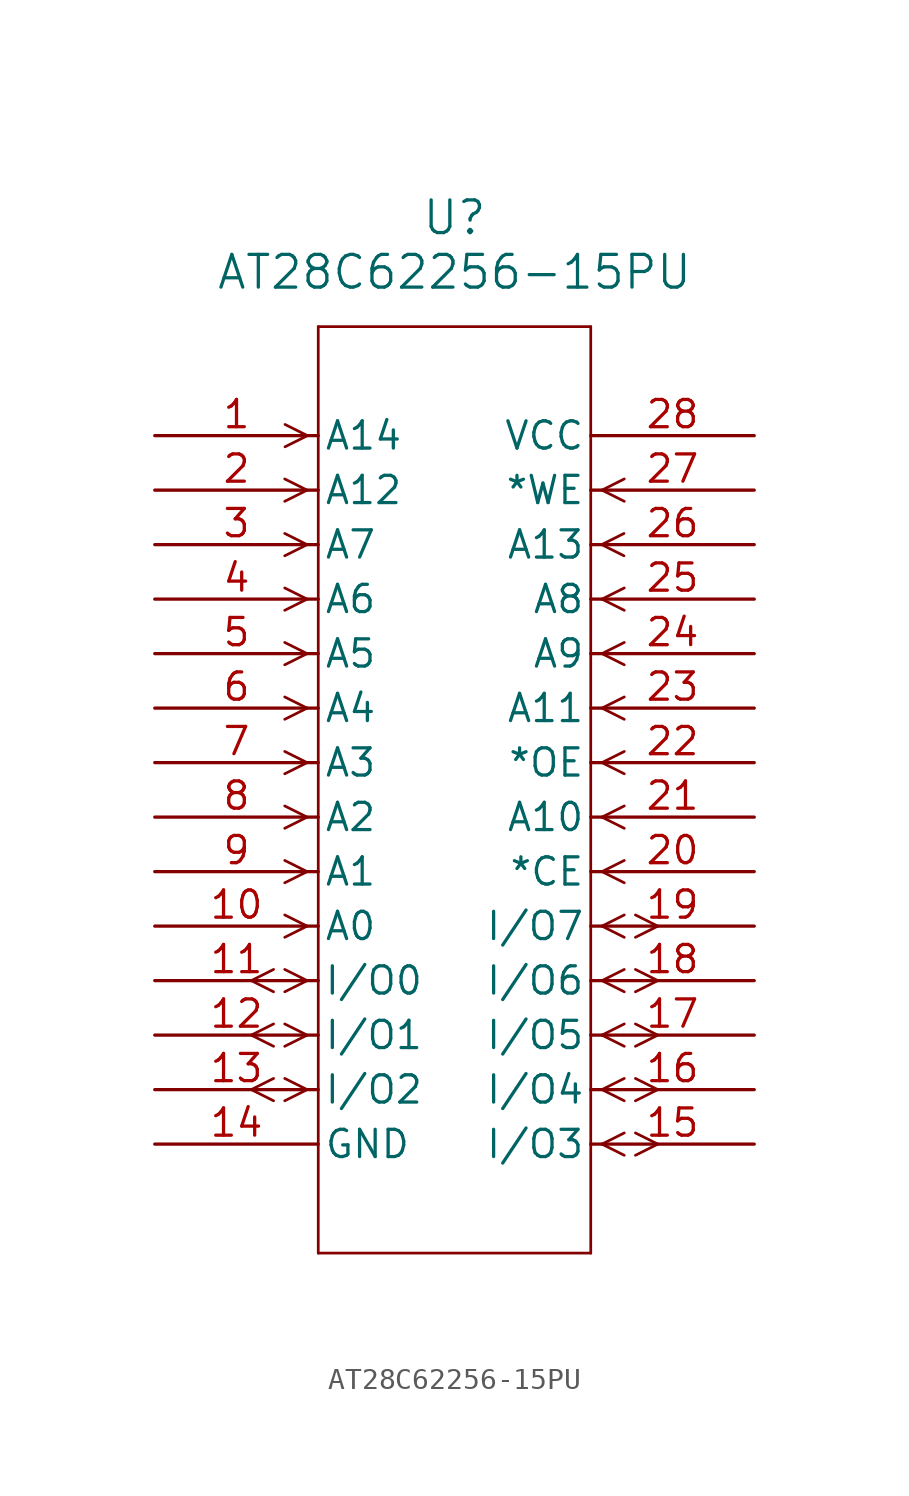
<source format=kicad_sym>
(kicad_symbol_lib
  (version 20231120)
  (generator "kicad_symbol_editor")
  (generator_version "8.0")
  (symbol "AT28C62256-15PU"
    (pin_names
      (offset 0.254))
    (property "Reference" "U"
      (at 20.32 10.16 0)
      (effects (font (size 1.524 1.524))))
    (property "Value" "AT28C62256-15PU"
      (at 20.32 7.62 0)
      (effects (font (size 1.524 1.524))))
    (property "ki_locked" ""
      (at 0 0 0)
      (effects (font (size 1.27 1.27))))
    (symbol "AT28C62256-15PU_1_1"
      (polyline (pts (xy 11.887 -31.001) (xy 10.846 -30.48)) (stroke (width 0.127) (type default)) (fill (type none)))
      (polyline (pts (xy 11.887 -29.959) (xy 10.846 -30.48)) (stroke (width 0.127) (type default)) (fill (type none)))
      (polyline (pts (xy 11.887 -28.461) (xy 10.846 -27.94)) (stroke (width 0.127) (type default)) (fill (type none)))
      (polyline (pts (xy 11.887 -27.419) (xy 10.846 -27.94)) (stroke (width 0.127) (type default)) (fill (type none)))
      (polyline (pts (xy 11.887 -25.921) (xy 10.846 -25.4)) (stroke (width 0.127) (type default)) (fill (type none)))
      (polyline (pts (xy 11.887 -24.879) (xy 10.846 -25.4)) (stroke (width 0.127) (type default)) (fill (type none)))
      (polyline (pts (xy 13.449 -30.48) (xy 12.408 -31.001)) (stroke (width 0.127) (type default)) (fill (type none)))
      (polyline (pts (xy 13.449 -30.48) (xy 12.408 -29.959)) (stroke (width 0.127) (type default)) (fill (type none)))
      (polyline (pts (xy 13.449 -27.94) (xy 12.408 -28.461)) (stroke (width 0.127) (type default)) (fill (type none)))
      (polyline (pts (xy 13.449 -27.94) (xy 12.408 -27.419)) (stroke (width 0.127) (type default)) (fill (type none)))
      (polyline (pts (xy 13.449 -25.4) (xy 12.408 -25.921)) (stroke (width 0.127) (type default)) (fill (type none)))
      (polyline (pts (xy 13.449 -25.4) (xy 12.408 -24.879)) (stroke (width 0.127) (type default)) (fill (type none)))
      (polyline (pts (xy 13.449 -22.86) (xy 12.408 -23.381)) (stroke (width 0.127) (type default)) (fill (type none)))
      (polyline (pts (xy 13.449 -22.86) (xy 12.408 -22.339)) (stroke (width 0.127) (type default)) (fill (type none)))
      (polyline (pts (xy 13.449 -20.32) (xy 12.408 -20.841)) (stroke (width 0.127) (type default)) (fill (type none)))
      (polyline (pts (xy 13.449 -20.32) (xy 12.408 -19.799)) (stroke (width 0.127) (type default)) (fill (type none)))
      (polyline (pts (xy 13.449 -17.78) (xy 12.408 -18.301)) (stroke (width 0.127) (type default)) (fill (type none)))
      (polyline (pts (xy 13.449 -17.78) (xy 12.408 -17.259)) (stroke (width 0.127) (type default)) (fill (type none)))
      (polyline (pts (xy 13.449 -15.24) (xy 12.408 -15.761)) (stroke (width 0.127) (type default)) (fill (type none)))
      (polyline (pts (xy 13.449 -15.24) (xy 12.408 -14.719)) (stroke (width 0.127) (type default)) (fill (type none)))
      (polyline (pts (xy 13.449 -12.7) (xy 12.408 -13.221)) (stroke (width 0.127) (type default)) (fill (type none)))
      (polyline (pts (xy 13.449 -12.7) (xy 12.408 -12.179)) (stroke (width 0.127) (type default)) (fill (type none)))
      (polyline (pts (xy 13.449 -10.16) (xy 12.408 -10.681)) (stroke (width 0.127) (type default)) (fill (type none)))
      (polyline (pts (xy 13.449 -10.16) (xy 12.408 -9.639)) (stroke (width 0.127) (type default)) (fill (type none)))
      (polyline (pts (xy 13.449 -7.62) (xy 12.408 -8.141)) (stroke (width 0.127) (type default)) (fill (type none)))
      (polyline (pts (xy 13.449 -7.62) (xy 12.408 -7.099)) (stroke (width 0.127) (type default)) (fill (type none)))
      (polyline (pts (xy 13.449 -5.08) (xy 12.408 -5.601)) (stroke (width 0.127) (type default)) (fill (type none)))
      (polyline (pts (xy 13.449 -5.08) (xy 12.408 -4.559)) (stroke (width 0.127) (type default)) (fill (type none)))
      (polyline (pts (xy 13.449 -2.54) (xy 12.408 -3.061)) (stroke (width 0.127) (type default)) (fill (type none)))
      (polyline (pts (xy 13.449 -2.54) (xy 12.408 -2.019)) (stroke (width 0.127) (type default)) (fill (type none)))
      (polyline (pts (xy 13.462 0) (xy 12.421 -0.521)) (stroke (width 0.127) (type default)) (fill (type none)))
      (polyline (pts (xy 13.462 0) (xy 12.421 0.521)) (stroke (width 0.127) (type default)) (fill (type none)))
      (polyline (pts (xy 13.97 -38.1) (xy 26.67 -38.1)) (stroke (width 0.127) (type default)) (fill (type none)))
      (polyline (pts (xy 13.97 5.08) (xy 13.97 -38.1)) (stroke (width 0.127) (type default)) (fill (type none)))
      (polyline (pts (xy 26.67 -38.1) (xy 26.67 5.08)) (stroke (width 0.127) (type default)) (fill (type none)))
      (polyline (pts (xy 26.67 5.08) (xy 13.97 5.08)) (stroke (width 0.127) (type default)) (fill (type none)))
      (polyline (pts (xy 27.178 -5.08) (xy 28.219 -5.601)) (stroke (width 0.127) (type default)) (fill (type none)))
      (polyline (pts (xy 27.178 -5.08) (xy 28.219 -4.559)) (stroke (width 0.127) (type default)) (fill (type none)))
      (polyline (pts (xy 27.191 -33.02) (xy 28.232 -33.541)) (stroke (width 0.127) (type default)) (fill (type none)))
      (polyline (pts (xy 27.191 -33.02) (xy 28.232 -32.499)) (stroke (width 0.127) (type default)) (fill (type none)))
      (polyline (pts (xy 27.191 -30.48) (xy 28.232 -31.001)) (stroke (width 0.127) (type default)) (fill (type none)))
      (polyline (pts (xy 27.191 -30.48) (xy 28.232 -29.959)) (stroke (width 0.127) (type default)) (fill (type none)))
      (polyline (pts (xy 27.191 -27.94) (xy 28.232 -28.461)) (stroke (width 0.127) (type default)) (fill (type none)))
      (polyline (pts (xy 27.191 -27.94) (xy 28.232 -27.419)) (stroke (width 0.127) (type default)) (fill (type none)))
      (polyline (pts (xy 27.191 -25.4) (xy 28.232 -25.921)) (stroke (width 0.127) (type default)) (fill (type none)))
      (polyline (pts (xy 27.191 -25.4) (xy 28.232 -24.879)) (stroke (width 0.127) (type default)) (fill (type none)))
      (polyline (pts (xy 27.191 -22.86) (xy 28.232 -23.381)) (stroke (width 0.127) (type default)) (fill (type none)))
      (polyline (pts (xy 27.191 -22.86) (xy 28.232 -22.339)) (stroke (width 0.127) (type default)) (fill (type none)))
      (polyline (pts (xy 27.191 -20.32) (xy 28.232 -20.841)) (stroke (width 0.127) (type default)) (fill (type none)))
      (polyline (pts (xy 27.191 -20.32) (xy 28.232 -19.799)) (stroke (width 0.127) (type default)) (fill (type none)))
      (polyline (pts (xy 27.191 -17.78) (xy 28.232 -18.301)) (stroke (width 0.127) (type default)) (fill (type none)))
      (polyline (pts (xy 27.191 -17.78) (xy 28.232 -17.259)) (stroke (width 0.127) (type default)) (fill (type none)))
      (polyline (pts (xy 27.191 -15.24) (xy 28.232 -15.761)) (stroke (width 0.127) (type default)) (fill (type none)))
      (polyline (pts (xy 27.191 -15.24) (xy 28.232 -14.719)) (stroke (width 0.127) (type default)) (fill (type none)))
      (polyline (pts (xy 27.191 -12.7) (xy 28.232 -13.221)) (stroke (width 0.127) (type default)) (fill (type none)))
      (polyline (pts (xy 27.191 -12.7) (xy 28.232 -12.179)) (stroke (width 0.127) (type default)) (fill (type none)))
      (polyline (pts (xy 27.191 -10.16) (xy 28.232 -10.681)) (stroke (width 0.127) (type default)) (fill (type none)))
      (polyline (pts (xy 27.191 -10.16) (xy 28.232 -9.639)) (stroke (width 0.127) (type default)) (fill (type none)))
      (polyline (pts (xy 27.191 -7.62) (xy 28.232 -8.141)) (stroke (width 0.127) (type default)) (fill (type none)))
      (polyline (pts (xy 27.191 -7.62) (xy 28.232 -7.099)) (stroke (width 0.127) (type default)) (fill (type none)))
      (polyline (pts (xy 27.191 -2.54) (xy 28.232 -3.061)) (stroke (width 0.127) (type default)) (fill (type none)))
      (polyline (pts (xy 27.191 -2.54) (xy 28.232 -2.019)) (stroke (width 0.127) (type default)) (fill (type none)))
      (polyline (pts (xy 28.753 -33.541) (xy 29.794 -33.02)) (stroke (width 0.127) (type default)) (fill (type none)))
      (polyline (pts (xy 28.753 -32.499) (xy 29.794 -33.02)) (stroke (width 0.127) (type default)) (fill (type none)))
      (polyline (pts (xy 28.753 -31.001) (xy 29.794 -30.48)) (stroke (width 0.127) (type default)) (fill (type none)))
      (polyline (pts (xy 28.753 -29.959) (xy 29.794 -30.48)) (stroke (width 0.127) (type default)) (fill (type none)))
      (polyline (pts (xy 28.753 -28.461) (xy 29.794 -27.94)) (stroke (width 0.127) (type default)) (fill (type none)))
      (polyline (pts (xy 28.753 -27.419) (xy 29.794 -27.94)) (stroke (width 0.127) (type default)) (fill (type none)))
      (polyline (pts (xy 28.753 -25.921) (xy 29.794 -25.4)) (stroke (width 0.127) (type default)) (fill (type none)))
      (polyline (pts (xy 28.753 -24.879) (xy 29.794 -25.4)) (stroke (width 0.127) (type default)) (fill (type none)))
      (polyline (pts (xy 28.753 -23.381) (xy 29.794 -22.86)) (stroke (width 0.127) (type default)) (fill (type none)))
      (polyline (pts (xy 28.753 -22.339) (xy 29.794 -22.86)) (stroke (width 0.127) (type default)) (fill (type none)))
      (pin input line (at 6.35 0 0) (length 7.62) (name "A14" (effects (font (size 1.27 1.27)))) (number "1" (effects (font (size 1.27 1.27)))))
      (pin input line (at 6.35 -22.86 0) (length 7.62) (name "A0" (effects (font (size 1.27 1.27)))) (number "10" (effects (font (size 1.27 1.27)))))
      (pin bidirectional line (at 6.35 -25.4 0) (length 7.62) (name "I/O0" (effects (font (size 1.27 1.27)))) (number "11" (effects (font (size 1.27 1.27)))))
      (pin bidirectional line (at 6.35 -27.94 0) (length 7.62) (name "I/O1" (effects (font (size 1.27 1.27)))) (number "12" (effects (font (size 1.27 1.27)))))
      (pin bidirectional line (at 6.35 -30.48 0) (length 7.62) (name "I/O2" (effects (font (size 1.27 1.27)))) (number "13" (effects (font (size 1.27 1.27)))))
      (pin power_in line (at 6.35 -33.02 0) (length 7.62) (name "GND" (effects (font (size 1.27 1.27)))) (number "14" (effects (font (size 1.27 1.27)))))
      (pin bidirectional line (at 34.29 -33.02 180) (length 7.62) (name "I/O3" (effects (font (size 1.27 1.27)))) (number "15" (effects (font (size 1.27 1.27)))))
      (pin bidirectional line (at 34.29 -30.48 180) (length 7.62) (name "I/O4" (effects (font (size 1.27 1.27)))) (number "16" (effects (font (size 1.27 1.27)))))
      (pin bidirectional line (at 34.29 -27.94 180) (length 7.62) (name "I/O5" (effects (font (size 1.27 1.27)))) (number "17" (effects (font (size 1.27 1.27)))))
      (pin bidirectional line (at 34.29 -25.4 180) (length 7.62) (name "I/O6" (effects (font (size 1.27 1.27)))) (number "18" (effects (font (size 1.27 1.27)))))
      (pin bidirectional line (at 34.29 -22.86 180) (length 7.62) (name "I/O7" (effects (font (size 1.27 1.27)))) (number "19" (effects (font (size 1.27 1.27)))))
      (pin input line (at 6.35 -2.54 0) (length 7.62) (name "A12" (effects (font (size 1.27 1.27)))) (number "2" (effects (font (size 1.27 1.27)))))
      (pin input line (at 34.29 -20.32 180) (length 7.62) (name "*CE" (effects (font (size 1.27 1.27)))) (number "20" (effects (font (size 1.27 1.27)))))
      (pin input line (at 34.29 -17.78 180) (length 7.62) (name "A10" (effects (font (size 1.27 1.27)))) (number "21" (effects (font (size 1.27 1.27)))))
      (pin input line (at 34.29 -15.24 180) (length 7.62) (name "*OE" (effects (font (size 1.27 1.27)))) (number "22" (effects (font (size 1.27 1.27)))))
      (pin input line (at 34.29 -12.7 180) (length 7.62) (name "A11" (effects (font (size 1.27 1.27)))) (number "23" (effects (font (size 1.27 1.27)))))
      (pin input line (at 34.29 -10.16 180) (length 7.62) (name "A9" (effects (font (size 1.27 1.27)))) (number "24" (effects (font (size 1.27 1.27)))))
      (pin input line (at 34.29 -7.62 180) (length 7.62) (name "A8" (effects (font (size 1.27 1.27)))) (number "25" (effects (font (size 1.27 1.27)))))
      (pin input line (at 34.29 -5.08 180) (length 7.62) (name "A13" (effects (font (size 1.27 1.27)))) (number "26" (effects (font (size 1.27 1.27)))))
      (pin input line (at 34.29 -2.54 180) (length 7.62) (name "*WE" (effects (font (size 1.27 1.27)))) (number "27" (effects (font (size 1.27 1.27)))))
      (pin power_in line (at 34.29 0 180) (length 7.62) (name "VCC" (effects (font (size 1.27 1.27)))) (number "28" (effects (font (size 1.27 1.27)))))
      (pin input line (at 6.35 -5.08 0) (length 7.62) (name "A7" (effects (font (size 1.27 1.27)))) (number "3" (effects (font (size 1.27 1.27)))))
      (pin input line (at 6.35 -7.62 0) (length 7.62) (name "A6" (effects (font (size 1.27 1.27)))) (number "4" (effects (font (size 1.27 1.27)))))
      (pin input line (at 6.35 -10.16 0) (length 7.62) (name "A5" (effects (font (size 1.27 1.27)))) (number "5" (effects (font (size 1.27 1.27)))))
      (pin input line (at 6.35 -12.7 0) (length 7.62) (name "A4" (effects (font (size 1.27 1.27)))) (number "6" (effects (font (size 1.27 1.27)))))
      (pin input line (at 6.35 -15.24 0) (length 7.62) (name "A3" (effects (font (size 1.27 1.27)))) (number "7" (effects (font (size 1.27 1.27)))))
      (pin input line (at 6.35 -17.78 0) (length 7.62) (name "A2" (effects (font (size 1.27 1.27)))) (number "8" (effects (font (size 1.27 1.27)))))
      (pin input line (at 6.35 -20.32 0) (length 7.62) (name "A1" (effects (font (size 1.27 1.27)))) (number "9" (effects (font (size 1.27 1.27))))))))
</source>
